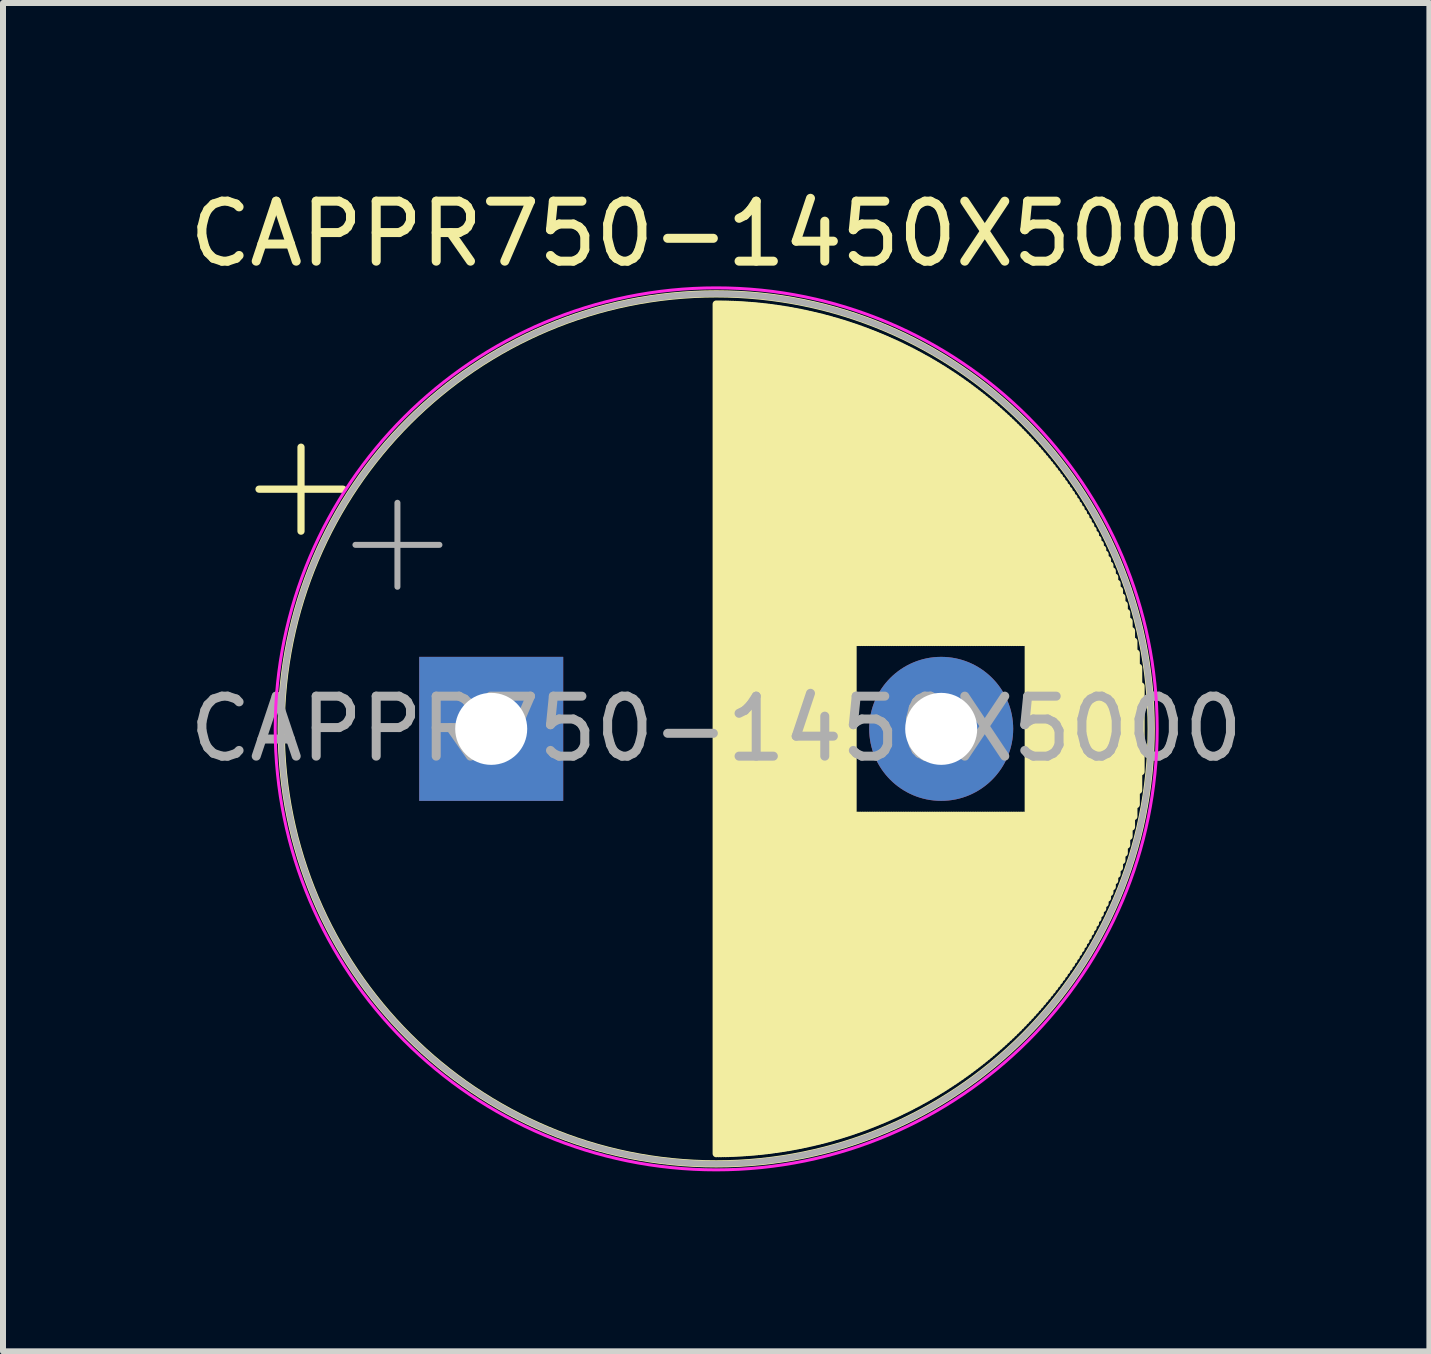
<source format=kicad_pcb>
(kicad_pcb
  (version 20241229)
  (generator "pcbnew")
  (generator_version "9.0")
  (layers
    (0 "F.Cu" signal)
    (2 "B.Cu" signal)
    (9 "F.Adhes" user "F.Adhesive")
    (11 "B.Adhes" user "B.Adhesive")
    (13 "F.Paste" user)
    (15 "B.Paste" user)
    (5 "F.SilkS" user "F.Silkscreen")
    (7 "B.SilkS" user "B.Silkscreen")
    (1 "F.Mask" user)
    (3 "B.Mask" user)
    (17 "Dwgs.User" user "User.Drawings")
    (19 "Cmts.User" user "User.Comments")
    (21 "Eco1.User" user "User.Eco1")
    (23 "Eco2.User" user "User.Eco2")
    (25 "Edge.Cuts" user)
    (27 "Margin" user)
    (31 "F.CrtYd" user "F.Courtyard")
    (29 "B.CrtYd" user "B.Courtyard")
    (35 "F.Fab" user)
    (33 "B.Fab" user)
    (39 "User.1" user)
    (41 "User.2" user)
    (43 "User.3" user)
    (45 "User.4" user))
  (footprint "CAPPR750-1450X5000"
    (layer "F.Cu")
    (at 5.137 9.098)
    (property "Reference" "CAPPR750-1450X5000" (at 3.75 -8.25 0) (layer "F.SilkS") (effects (font (size 1 1) (thickness 0.15))))
    (attr through_hole)
    (fp_line (start -3.87 -3.995) (end -2.47 -3.995) (stroke (width 0.12) (type solid)) (layer "F.SilkS"))
    (fp_line (start -3.17 -4.695) (end -3.17 -3.295) (stroke (width 0.12) (type solid)) (layer "F.SilkS"))
    (fp_line (start 3.75 -7.08) (end 3.75 7.08) (stroke (width 0.12) (type solid)) (layer "F.SilkS"))
    (fp_line (start 3.79 -7.08) (end 3.79 7.08) (stroke (width 0.12) (type solid)) (layer "F.SilkS"))
    (fp_line (start 3.83 -7.08) (end 3.83 7.08) (stroke (width 0.12) (type solid)) (layer "F.SilkS"))
    (fp_line (start 3.87 -7.079) (end 3.87 7.079) (stroke (width 0.12) (type solid)) (layer "F.SilkS"))
    (fp_line (start 3.91 -7.079) (end 3.91 7.079) (stroke (width 0.12) (type solid)) (layer "F.SilkS"))
    (fp_line (start 3.95 -7.078) (end 3.95 7.078) (stroke (width 0.12) (type solid)) (layer "F.SilkS"))
    (fp_line (start 3.99 -7.076) (end 3.99 7.076) (stroke (width 0.12) (type solid)) (layer "F.SilkS"))
    (fp_line (start 4.03 -7.075) (end 4.03 7.075) (stroke (width 0.12) (type solid)) (layer "F.SilkS"))
    (fp_line (start 4.07 -7.073) (end 4.07 7.073) (stroke (width 0.12) (type solid)) (layer "F.SilkS"))
    (fp_line (start 4.11 -7.071) (end 4.11 7.071) (stroke (width 0.12) (type solid)) (layer "F.SilkS"))
    (fp_line (start 4.15 -7.069) (end 4.15 7.069) (stroke (width 0.12) (type solid)) (layer "F.SilkS"))
    (fp_line (start 4.19 -7.067) (end 4.19 7.067) (stroke (width 0.12) (type solid)) (layer "F.SilkS"))
    (fp_line (start 4.23 -7.064) (end 4.23 7.064) (stroke (width 0.12) (type solid)) (layer "F.SilkS"))
    (fp_line (start 4.27 -7.061) (end 4.27 7.061) (stroke (width 0.12) (type solid)) (layer "F.SilkS"))
    (fp_line (start 4.31 -7.058) (end 4.31 7.058) (stroke (width 0.12) (type solid)) (layer "F.SilkS"))
    (fp_line (start 4.35 -7.055) (end 4.35 7.055) (stroke (width 0.12) (type solid)) (layer "F.SilkS"))
    (fp_line (start 4.39 -7.052) (end 4.39 7.052) (stroke (width 0.12) (type solid)) (layer "F.SilkS"))
    (fp_line (start 4.43 -7.048) (end 4.43 7.048) (stroke (width 0.12) (type solid)) (layer "F.SilkS"))
    (fp_line (start 4.471 -7.044) (end 4.471 7.044) (stroke (width 0.12) (type solid)) (layer "F.SilkS"))
    (fp_line (start 4.511 -7.04) (end 4.511 7.04) (stroke (width 0.12) (type solid)) (layer "F.SilkS"))
    (fp_line (start 4.551 -7.035) (end 4.551 7.035) (stroke (width 0.12) (type solid)) (layer "F.SilkS"))
    (fp_line (start 4.591 -7.031) (end 4.591 7.031) (stroke (width 0.12) (type solid)) (layer "F.SilkS"))
    (fp_line (start 4.631 -7.026) (end 4.631 7.026) (stroke (width 0.12) (type solid)) (layer "F.SilkS"))
    (fp_line (start 4.671 -7.021) (end 4.671 7.021) (stroke (width 0.12) (type solid)) (layer "F.SilkS"))
    (fp_line (start 4.711 -7.015) (end 4.711 7.015) (stroke (width 0.12) (type solid)) (layer "F.SilkS"))
    (fp_line (start 4.751 -7.01) (end 4.751 7.01) (stroke (width 0.12) (type solid)) (layer "F.SilkS"))
    (fp_line (start 4.791 -7.004) (end 4.791 7.004) (stroke (width 0.12) (type solid)) (layer "F.SilkS"))
    (fp_line (start 4.831 -6.998) (end 4.831 6.998) (stroke (width 0.12) (type solid)) (layer "F.SilkS"))
    (fp_line (start 4.871 -6.992) (end 4.871 6.992) (stroke (width 0.12) (type solid)) (layer "F.SilkS"))
    (fp_line (start 4.911 -6.985) (end 4.911 6.985) (stroke (width 0.12) (type solid)) (layer "F.SilkS"))
    (fp_line (start 4.951 -6.979) (end 4.951 6.979) (stroke (width 0.12) (type solid)) (layer "F.SilkS"))
    (fp_line (start 4.991 -6.972) (end 4.991 6.972) (stroke (width 0.12) (type solid)) (layer "F.SilkS"))
    (fp_line (start 5.031 -6.964) (end 5.031 6.964) (stroke (width 0.12) (type solid)) (layer "F.SilkS"))
    (fp_line (start 5.071 -6.957) (end 5.071 6.957) (stroke (width 0.12) (type solid)) (layer "F.SilkS"))
    (fp_line (start 5.111 -6.949) (end 5.111 6.949) (stroke (width 0.12) (type solid)) (layer "F.SilkS"))
    (fp_line (start 5.151 -6.942) (end 5.151 6.942) (stroke (width 0.12) (type solid)) (layer "F.SilkS"))
    (fp_line (start 5.191 -6.933) (end 5.191 6.933) (stroke (width 0.12) (type solid)) (layer "F.SilkS"))
    (fp_line (start 5.231 -6.925) (end 5.231 6.925) (stroke (width 0.12) (type solid)) (layer "F.SilkS"))
    (fp_line (start 5.271 -6.916) (end 5.271 6.916) (stroke (width 0.12) (type solid)) (layer "F.SilkS"))
    (fp_line (start 5.311 -6.907) (end 5.311 6.907) (stroke (width 0.12) (type solid)) (layer "F.SilkS"))
    (fp_line (start 5.351 -6.898) (end 5.351 6.898) (stroke (width 0.12) (type solid)) (layer "F.SilkS"))
    (fp_line (start 5.391 -6.889) (end 5.391 6.889) (stroke (width 0.12) (type solid)) (layer "F.SilkS"))
    (fp_line (start 5.431 -6.879) (end 5.431 6.879) (stroke (width 0.12) (type solid)) (layer "F.SilkS"))
    (fp_line (start 5.471 -6.87) (end 5.471 6.87) (stroke (width 0.12) (type solid)) (layer "F.SilkS"))
    (fp_line (start 5.511 -6.86) (end 5.511 6.86) (stroke (width 0.12) (type solid)) (layer "F.SilkS"))
    (fp_line (start 5.551 -6.849) (end 5.551 6.849) (stroke (width 0.12) (type solid)) (layer "F.SilkS"))
    (fp_line (start 5.591 -6.839) (end 5.591 6.839) (stroke (width 0.12) (type solid)) (layer "F.SilkS"))
    (fp_line (start 5.631 -6.828) (end 5.631 6.828) (stroke (width 0.12) (type solid)) (layer "F.SilkS"))
    (fp_line (start 5.671 -6.817) (end 5.671 6.817) (stroke (width 0.12) (type solid)) (layer "F.SilkS"))
    (fp_line (start 5.711 -6.805) (end 5.711 6.805) (stroke (width 0.12) (type solid)) (layer "F.SilkS"))
    (fp_line (start 5.751 -6.794) (end 5.751 6.794) (stroke (width 0.12) (type solid)) (layer "F.SilkS"))
    (fp_line (start 5.791 -6.782) (end 5.791 6.782) (stroke (width 0.12) (type solid)) (layer "F.SilkS"))
    (fp_line (start 5.831 -6.77) (end 5.831 6.77) (stroke (width 0.12) (type solid)) (layer "F.SilkS"))
    (fp_line (start 5.871 -6.758) (end 5.871 6.758) (stroke (width 0.12) (type solid)) (layer "F.SilkS"))
    (fp_line (start 5.911 -6.745) (end 5.911 6.745) (stroke (width 0.12) (type solid)) (layer "F.SilkS"))
    (fp_line (start 5.951 -6.732) (end 5.951 6.732) (stroke (width 0.12) (type solid)) (layer "F.SilkS"))
    (fp_line (start 5.991 -6.719) (end 5.991 6.719) (stroke (width 0.12) (type solid)) (layer "F.SilkS"))
    (fp_line (start 6.031 -6.706) (end 6.031 6.706) (stroke (width 0.12) (type solid)) (layer "F.SilkS"))
    (fp_line (start 6.071 -6.692) (end 6.071 -1.44) (stroke (width 0.12) (type solid)) (layer "F.SilkS"))
    (fp_line (start 6.071 1.44) (end 6.071 6.692) (stroke (width 0.12) (type solid)) (layer "F.SilkS"))
    (fp_line (start 6.111 -6.678) (end 6.111 -1.44) (stroke (width 0.12) (type solid)) (layer "F.SilkS"))
    (fp_line (start 6.111 1.44) (end 6.111 6.678) (stroke (width 0.12) (type solid)) (layer "F.SilkS"))
    (fp_line (start 6.151 -6.664) (end 6.151 -1.44) (stroke (width 0.12) (type solid)) (layer "F.SilkS"))
    (fp_line (start 6.151 1.44) (end 6.151 6.664) (stroke (width 0.12) (type solid)) (layer "F.SilkS"))
    (fp_line (start 6.191 -6.649) (end 6.191 -1.44) (stroke (width 0.12) (type solid)) (layer "F.SilkS"))
    (fp_line (start 6.191 1.44) (end 6.191 6.649) (stroke (width 0.12) (type solid)) (layer "F.SilkS"))
    (fp_line (start 6.231 -6.635) (end 6.231 -1.44) (stroke (width 0.12) (type solid)) (layer "F.SilkS"))
    (fp_line (start 6.231 1.44) (end 6.231 6.635) (stroke (width 0.12) (type solid)) (layer "F.SilkS"))
    (fp_line (start 6.271 -6.62) (end 6.271 -1.44) (stroke (width 0.12) (type solid)) (layer "F.SilkS"))
    (fp_line (start 6.271 1.44) (end 6.271 6.62) (stroke (width 0.12) (type solid)) (layer "F.SilkS"))
    (fp_line (start 6.311 -6.604) (end 6.311 -1.44) (stroke (width 0.12) (type solid)) (layer "F.SilkS"))
    (fp_line (start 6.311 1.44) (end 6.311 6.604) (stroke (width 0.12) (type solid)) (layer "F.SilkS"))
    (fp_line (start 6.351 -6.589) (end 6.351 -1.44) (stroke (width 0.12) (type solid)) (layer "F.SilkS"))
    (fp_line (start 6.351 1.44) (end 6.351 6.589) (stroke (width 0.12) (type solid)) (layer "F.SilkS"))
    (fp_line (start 6.391 -6.573) (end 6.391 -1.44) (stroke (width 0.12) (type solid)) (layer "F.SilkS"))
    (fp_line (start 6.391 1.44) (end 6.391 6.573) (stroke (width 0.12) (type solid)) (layer "F.SilkS"))
    (fp_line (start 6.431 -6.557) (end 6.431 -1.44) (stroke (width 0.12) (type solid)) (layer "F.SilkS"))
    (fp_line (start 6.431 1.44) (end 6.431 6.557) (stroke (width 0.12) (type solid)) (layer "F.SilkS"))
    (fp_line (start 6.471 -6.54) (end 6.471 -1.44) (stroke (width 0.12) (type solid)) (layer "F.SilkS"))
    (fp_line (start 6.471 1.44) (end 6.471 6.54) (stroke (width 0.12) (type solid)) (layer "F.SilkS"))
    (fp_line (start 6.511 -6.524) (end 6.511 -1.44) (stroke (width 0.12) (type solid)) (layer "F.SilkS"))
    (fp_line (start 6.511 1.44) (end 6.511 6.524) (stroke (width 0.12) (type solid)) (layer "F.SilkS"))
    (fp_line (start 6.551 -6.507) (end 6.551 -1.44) (stroke (width 0.12) (type solid)) (layer "F.SilkS"))
    (fp_line (start 6.551 1.44) (end 6.551 6.507) (stroke (width 0.12) (type solid)) (layer "F.SilkS"))
    (fp_line (start 6.591 -6.49) (end 6.591 -1.44) (stroke (width 0.12) (type solid)) (layer "F.SilkS"))
    (fp_line (start 6.591 1.44) (end 6.591 6.49) (stroke (width 0.12) (type solid)) (layer "F.SilkS"))
    (fp_line (start 6.631 -6.472) (end 6.631 -1.44) (stroke (width 0.12) (type solid)) (layer "F.SilkS"))
    (fp_line (start 6.631 1.44) (end 6.631 6.472) (stroke (width 0.12) (type solid)) (layer "F.SilkS"))
    (fp_line (start 6.671 -6.454) (end 6.671 -1.44) (stroke (width 0.12) (type solid)) (layer "F.SilkS"))
    (fp_line (start 6.671 1.44) (end 6.671 6.454) (stroke (width 0.12) (type solid)) (layer "F.SilkS"))
    (fp_line (start 6.711 -6.436) (end 6.711 -1.44) (stroke (width 0.12) (type solid)) (layer "F.SilkS"))
    (fp_line (start 6.711 1.44) (end 6.711 6.436) (stroke (width 0.12) (type solid)) (layer "F.SilkS"))
    (fp_line (start 6.751 -6.418) (end 6.751 -1.44) (stroke (width 0.12) (type solid)) (layer "F.SilkS"))
    (fp_line (start 6.751 1.44) (end 6.751 6.418) (stroke (width 0.12) (type solid)) (layer "F.SilkS"))
    (fp_line (start 6.791 -6.399) (end 6.791 -1.44) (stroke (width 0.12) (type solid)) (layer "F.SilkS"))
    (fp_line (start 6.791 1.44) (end 6.791 6.399) (stroke (width 0.12) (type solid)) (layer "F.SilkS"))
    (fp_line (start 6.831 -6.38) (end 6.831 -1.44) (stroke (width 0.12) (type solid)) (layer "F.SilkS"))
    (fp_line (start 6.831 1.44) (end 6.831 6.38) (stroke (width 0.12) (type solid)) (layer "F.SilkS"))
    (fp_line (start 6.871 -6.36) (end 6.871 -1.44) (stroke (width 0.12) (type solid)) (layer "F.SilkS"))
    (fp_line (start 6.871 1.44) (end 6.871 6.36) (stroke (width 0.12) (type solid)) (layer "F.SilkS"))
    (fp_line (start 6.911 -6.341) (end 6.911 -1.44) (stroke (width 0.12) (type solid)) (layer "F.SilkS"))
    (fp_line (start 6.911 1.44) (end 6.911 6.341) (stroke (width 0.12) (type solid)) (layer "F.SilkS"))
    (fp_line (start 6.951 -6.321) (end 6.951 -1.44) (stroke (width 0.12) (type solid)) (layer "F.SilkS"))
    (fp_line (start 6.951 1.44) (end 6.951 6.321) (stroke (width 0.12) (type solid)) (layer "F.SilkS"))
    (fp_line (start 6.991 -6.301) (end 6.991 -1.44) (stroke (width 0.12) (type solid)) (layer "F.SilkS"))
    (fp_line (start 6.991 1.44) (end 6.991 6.301) (stroke (width 0.12) (type solid)) (layer "F.SilkS"))
    (fp_line (start 7.031 -6.28) (end 7.031 -1.44) (stroke (width 0.12) (type solid)) (layer "F.SilkS"))
    (fp_line (start 7.031 1.44) (end 7.031 6.28) (stroke (width 0.12) (type solid)) (layer "F.SilkS"))
    (fp_line (start 7.071 -6.259) (end 7.071 -1.44) (stroke (width 0.12) (type solid)) (layer "F.SilkS"))
    (fp_line (start 7.071 1.44) (end 7.071 6.259) (stroke (width 0.12) (type solid)) (layer "F.SilkS"))
    (fp_line (start 7.111 -6.238) (end 7.111 -1.44) (stroke (width 0.12) (type solid)) (layer "F.SilkS"))
    (fp_line (start 7.111 1.44) (end 7.111 6.238) (stroke (width 0.12) (type solid)) (layer "F.SilkS"))
    (fp_line (start 7.151 -6.216) (end 7.151 -1.44) (stroke (width 0.12) (type solid)) (layer "F.SilkS"))
    (fp_line (start 7.151 1.44) (end 7.151 6.216) (stroke (width 0.12) (type solid)) (layer "F.SilkS"))
    (fp_line (start 7.191 -6.194) (end 7.191 -1.44) (stroke (width 0.12) (type solid)) (layer "F.SilkS"))
    (fp_line (start 7.191 1.44) (end 7.191 6.194) (stroke (width 0.12) (type solid)) (layer "F.SilkS"))
    (fp_line (start 7.231 -6.172) (end 7.231 -1.44) (stroke (width 0.12) (type solid)) (layer "F.SilkS"))
    (fp_line (start 7.231 1.44) (end 7.231 6.172) (stroke (width 0.12) (type solid)) (layer "F.SilkS"))
    (fp_line (start 7.271 -6.15) (end 7.271 -1.44) (stroke (width 0.12) (type solid)) (layer "F.SilkS"))
    (fp_line (start 7.271 1.44) (end 7.271 6.15) (stroke (width 0.12) (type solid)) (layer "F.SilkS"))
    (fp_line (start 7.311 -6.127) (end 7.311 -1.44) (stroke (width 0.12) (type solid)) (layer "F.SilkS"))
    (fp_line (start 7.311 1.44) (end 7.311 6.127) (stroke (width 0.12) (type solid)) (layer "F.SilkS"))
    (fp_line (start 7.351 -6.103) (end 7.351 -1.44) (stroke (width 0.12) (type solid)) (layer "F.SilkS"))
    (fp_line (start 7.351 1.44) (end 7.351 6.103) (stroke (width 0.12) (type solid)) (layer "F.SilkS"))
    (fp_line (start 7.391 -6.08) (end 7.391 -1.44) (stroke (width 0.12) (type solid)) (layer "F.SilkS"))
    (fp_line (start 7.391 1.44) (end 7.391 6.08) (stroke (width 0.12) (type solid)) (layer "F.SilkS"))
    (fp_line (start 7.431 -6.056) (end 7.431 -1.44) (stroke (width 0.12) (type solid)) (layer "F.SilkS"))
    (fp_line (start 7.431 1.44) (end 7.431 6.056) (stroke (width 0.12) (type solid)) (layer "F.SilkS"))
    (fp_line (start 7.471 -6.031) (end 7.471 -1.44) (stroke (width 0.12) (type solid)) (layer "F.SilkS"))
    (fp_line (start 7.471 1.44) (end 7.471 6.031) (stroke (width 0.12) (type solid)) (layer "F.SilkS"))
    (fp_line (start 7.511 -6.007) (end 7.511 -1.44) (stroke (width 0.12) (type solid)) (layer "F.SilkS"))
    (fp_line (start 7.511 1.44) (end 7.511 6.007) (stroke (width 0.12) (type solid)) (layer "F.SilkS"))
    (fp_line (start 7.551 -5.982) (end 7.551 -1.44) (stroke (width 0.12) (type solid)) (layer "F.SilkS"))
    (fp_line (start 7.551 1.44) (end 7.551 5.982) (stroke (width 0.12) (type solid)) (layer "F.SilkS"))
    (fp_line (start 7.591 -5.956) (end 7.591 -1.44) (stroke (width 0.12) (type solid)) (layer "F.SilkS"))
    (fp_line (start 7.591 1.44) (end 7.591 5.956) (stroke (width 0.12) (type solid)) (layer "F.SilkS"))
    (fp_line (start 7.631 -5.93) (end 7.631 -1.44) (stroke (width 0.12) (type solid)) (layer "F.SilkS"))
    (fp_line (start 7.631 1.44) (end 7.631 5.93) (stroke (width 0.12) (type solid)) (layer "F.SilkS"))
    (fp_line (start 7.671 -5.904) (end 7.671 -1.44) (stroke (width 0.12) (type solid)) (layer "F.SilkS"))
    (fp_line (start 7.671 1.44) (end 7.671 5.904) (stroke (width 0.12) (type solid)) (layer "F.SilkS"))
    (fp_line (start 7.711 -5.878) (end 7.711 -1.44) (stroke (width 0.12) (type solid)) (layer "F.SilkS"))
    (fp_line (start 7.711 1.44) (end 7.711 5.878) (stroke (width 0.12) (type solid)) (layer "F.SilkS"))
    (fp_line (start 7.751 -5.851) (end 7.751 -1.44) (stroke (width 0.12) (type solid)) (layer "F.SilkS"))
    (fp_line (start 7.751 1.44) (end 7.751 5.851) (stroke (width 0.12) (type solid)) (layer "F.SilkS"))
    (fp_line (start 7.791 -5.823) (end 7.791 -1.44) (stroke (width 0.12) (type solid)) (layer "F.SilkS"))
    (fp_line (start 7.791 1.44) (end 7.791 5.823) (stroke (width 0.12) (type solid)) (layer "F.SilkS"))
    (fp_line (start 7.831 -5.796) (end 7.831 -1.44) (stroke (width 0.12) (type solid)) (layer "F.SilkS"))
    (fp_line (start 7.831 1.44) (end 7.831 5.796) (stroke (width 0.12) (type solid)) (layer "F.SilkS"))
    (fp_line (start 7.871 -5.767) (end 7.871 -1.44) (stroke (width 0.12) (type solid)) (layer "F.SilkS"))
    (fp_line (start 7.871 1.44) (end 7.871 5.767) (stroke (width 0.12) (type solid)) (layer "F.SilkS"))
    (fp_line (start 7.911 -5.739) (end 7.911 -1.44) (stroke (width 0.12) (type solid)) (layer "F.SilkS"))
    (fp_line (start 7.911 1.44) (end 7.911 5.739) (stroke (width 0.12) (type solid)) (layer "F.SilkS"))
    (fp_line (start 7.951 -5.71) (end 7.951 -1.44) (stroke (width 0.12) (type solid)) (layer "F.SilkS"))
    (fp_line (start 7.951 1.44) (end 7.951 5.71) (stroke (width 0.12) (type solid)) (layer "F.SilkS"))
    (fp_line (start 7.991 -5.68) (end 7.991 -1.44) (stroke (width 0.12) (type solid)) (layer "F.SilkS"))
    (fp_line (start 7.991 1.44) (end 7.991 5.68) (stroke (width 0.12) (type solid)) (layer "F.SilkS"))
    (fp_line (start 8.031 -5.65) (end 8.031 -1.44) (stroke (width 0.12) (type solid)) (layer "F.SilkS"))
    (fp_line (start 8.031 1.44) (end 8.031 5.65) (stroke (width 0.12) (type solid)) (layer "F.SilkS"))
    (fp_line (start 8.071 -5.62) (end 8.071 -1.44) (stroke (width 0.12) (type solid)) (layer "F.SilkS"))
    (fp_line (start 8.071 1.44) (end 8.071 5.62) (stroke (width 0.12) (type solid)) (layer "F.SilkS"))
    (fp_line (start 8.111 -5.589) (end 8.111 -1.44) (stroke (width 0.12) (type solid)) (layer "F.SilkS"))
    (fp_line (start 8.111 1.44) (end 8.111 5.589) (stroke (width 0.12) (type solid)) (layer "F.SilkS"))
    (fp_line (start 8.151 -5.558) (end 8.151 -1.44) (stroke (width 0.12) (type solid)) (layer "F.SilkS"))
    (fp_line (start 8.151 1.44) (end 8.151 5.558) (stroke (width 0.12) (type solid)) (layer "F.SilkS"))
    (fp_line (start 8.191 -5.527) (end 8.191 -1.44) (stroke (width 0.12) (type solid)) (layer "F.SilkS"))
    (fp_line (start 8.191 1.44) (end 8.191 5.527) (stroke (width 0.12) (type solid)) (layer "F.SilkS"))
    (fp_line (start 8.231 -5.494) (end 8.231 -1.44) (stroke (width 0.12) (type solid)) (layer "F.SilkS"))
    (fp_line (start 8.231 1.44) (end 8.231 5.494) (stroke (width 0.12) (type solid)) (layer "F.SilkS"))
    (fp_line (start 8.271 -5.462) (end 8.271 -1.44) (stroke (width 0.12) (type solid)) (layer "F.SilkS"))
    (fp_line (start 8.271 1.44) (end 8.271 5.462) (stroke (width 0.12) (type solid)) (layer "F.SilkS"))
    (fp_line (start 8.311 -5.429) (end 8.311 -1.44) (stroke (width 0.12) (type solid)) (layer "F.SilkS"))
    (fp_line (start 8.311 1.44) (end 8.311 5.429) (stroke (width 0.12) (type solid)) (layer "F.SilkS"))
    (fp_line (start 8.351 -5.395) (end 8.351 -1.44) (stroke (width 0.12) (type solid)) (layer "F.SilkS"))
    (fp_line (start 8.351 1.44) (end 8.351 5.395) (stroke (width 0.12) (type solid)) (layer "F.SilkS"))
    (fp_line (start 8.391 -5.361) (end 8.391 -1.44) (stroke (width 0.12) (type solid)) (layer "F.SilkS"))
    (fp_line (start 8.391 1.44) (end 8.391 5.361) (stroke (width 0.12) (type solid)) (layer "F.SilkS"))
    (fp_line (start 8.431 -5.326) (end 8.431 -1.44) (stroke (width 0.12) (type solid)) (layer "F.SilkS"))
    (fp_line (start 8.431 1.44) (end 8.431 5.326) (stroke (width 0.12) (type solid)) (layer "F.SilkS"))
    (fp_line (start 8.471 -5.291) (end 8.471 -1.44) (stroke (width 0.12) (type solid)) (layer "F.SilkS"))
    (fp_line (start 8.471 1.44) (end 8.471 5.291) (stroke (width 0.12) (type solid)) (layer "F.SilkS"))
    (fp_line (start 8.511 -5.255) (end 8.511 -1.44) (stroke (width 0.12) (type solid)) (layer "F.SilkS"))
    (fp_line (start 8.511 1.44) (end 8.511 5.255) (stroke (width 0.12) (type solid)) (layer "F.SilkS"))
    (fp_line (start 8.551 -5.219) (end 8.551 -1.44) (stroke (width 0.12) (type solid)) (layer "F.SilkS"))
    (fp_line (start 8.551 1.44) (end 8.551 5.219) (stroke (width 0.12) (type solid)) (layer "F.SilkS"))
    (fp_line (start 8.591 -5.182) (end 8.591 -1.44) (stroke (width 0.12) (type solid)) (layer "F.SilkS"))
    (fp_line (start 8.591 1.44) (end 8.591 5.182) (stroke (width 0.12) (type solid)) (layer "F.SilkS"))
    (fp_line (start 8.631 -5.145) (end 8.631 -1.44) (stroke (width 0.12) (type solid)) (layer "F.SilkS"))
    (fp_line (start 8.631 1.44) (end 8.631 5.145) (stroke (width 0.12) (type solid)) (layer "F.SilkS"))
    (fp_line (start 8.671 -5.107) (end 8.671 -1.44) (stroke (width 0.12) (type solid)) (layer "F.SilkS"))
    (fp_line (start 8.671 1.44) (end 8.671 5.107) (stroke (width 0.12) (type solid)) (layer "F.SilkS"))
    (fp_line (start 8.711 -5.069) (end 8.711 -1.44) (stroke (width 0.12) (type solid)) (layer "F.SilkS"))
    (fp_line (start 8.711 1.44) (end 8.711 5.069) (stroke (width 0.12) (type solid)) (layer "F.SilkS"))
    (fp_line (start 8.751 -5.029) (end 8.751 -1.44) (stroke (width 0.12) (type solid)) (layer "F.SilkS"))
    (fp_line (start 8.751 1.44) (end 8.751 5.029) (stroke (width 0.12) (type solid)) (layer "F.SilkS"))
    (fp_line (start 8.791 -4.99) (end 8.791 -1.44) (stroke (width 0.12) (type solid)) (layer "F.SilkS"))
    (fp_line (start 8.791 1.44) (end 8.791 4.99) (stroke (width 0.12) (type solid)) (layer "F.SilkS"))
    (fp_line (start 8.831 -4.949) (end 8.831 -1.44) (stroke (width 0.12) (type solid)) (layer "F.SilkS"))
    (fp_line (start 8.831 1.44) (end 8.831 4.949) (stroke (width 0.12) (type solid)) (layer "F.SilkS"))
    (fp_line (start 8.871 -4.908) (end 8.871 -1.44) (stroke (width 0.12) (type solid)) (layer "F.SilkS"))
    (fp_line (start 8.871 1.44) (end 8.871 4.908) (stroke (width 0.12) (type solid)) (layer "F.SilkS"))
    (fp_line (start 8.911 -4.866) (end 8.911 -1.44) (stroke (width 0.12) (type solid)) (layer "F.SilkS"))
    (fp_line (start 8.911 1.44) (end 8.911 4.866) (stroke (width 0.12) (type solid)) (layer "F.SilkS"))
    (fp_line (start 8.951 -4.824) (end 8.951 4.824) (stroke (width 0.12) (type solid)) (layer "F.SilkS"))
    (fp_line (start 8.991 -4.781) (end 8.991 4.781) (stroke (width 0.12) (type solid)) (layer "F.SilkS"))
    (fp_line (start 9.031 -4.737) (end 9.031 4.737) (stroke (width 0.12) (type solid)) (layer "F.SilkS"))
    (fp_line (start 9.071 -4.693) (end 9.071 4.693) (stroke (width 0.12) (type solid)) (layer "F.SilkS"))
    (fp_line (start 9.111 -4.647) (end 9.111 4.647) (stroke (width 0.12) (type solid)) (layer "F.SilkS"))
    (fp_line (start 9.151 -4.601) (end 9.151 4.601) (stroke (width 0.12) (type solid)) (layer "F.SilkS"))
    (fp_line (start 9.191 -4.554) (end 9.191 4.554) (stroke (width 0.12) (type solid)) (layer "F.SilkS"))
    (fp_line (start 9.231 -4.506) (end 9.231 4.506) (stroke (width 0.12) (type solid)) (layer "F.SilkS"))
    (fp_line (start 9.271 -4.458) (end 9.271 4.458) (stroke (width 0.12) (type solid)) (layer "F.SilkS"))
    (fp_line (start 9.311 -4.408) (end 9.311 4.408) (stroke (width 0.12) (type solid)) (layer "F.SilkS"))
    (fp_line (start 9.351 -4.358) (end 9.351 4.358) (stroke (width 0.12) (type solid)) (layer "F.SilkS"))
    (fp_line (start 9.391 -4.306) (end 9.391 4.306) (stroke (width 0.12) (type solid)) (layer "F.SilkS"))
    (fp_line (start 9.431 -4.254) (end 9.431 4.254) (stroke (width 0.12) (type solid)) (layer "F.SilkS"))
    (fp_line (start 9.471 -4.2) (end 9.471 4.2) (stroke (width 0.12) (type solid)) (layer "F.SilkS"))
    (fp_line (start 9.511 -4.146) (end 9.511 4.146) (stroke (width 0.12) (type solid)) (layer "F.SilkS"))
    (fp_line (start 9.551 -4.09) (end 9.551 4.09) (stroke (width 0.12) (type solid)) (layer "F.SilkS"))
    (fp_line (start 9.591 -4.033) (end 9.591 4.033) (stroke (width 0.12) (type solid)) (layer "F.SilkS"))
    (fp_line (start 9.631 -3.975) (end 9.631 3.975) (stroke (width 0.12) (type solid)) (layer "F.SilkS"))
    (fp_line (start 9.671 -3.916) (end 9.671 3.916) (stroke (width 0.12) (type solid)) (layer "F.SilkS"))
    (fp_line (start 9.711 -3.856) (end 9.711 3.856) (stroke (width 0.12) (type solid)) (layer "F.SilkS"))
    (fp_line (start 9.751 -3.794) (end 9.751 3.794) (stroke (width 0.12) (type solid)) (layer "F.SilkS"))
    (fp_line (start 9.791 -3.73) (end 9.791 3.73) (stroke (width 0.12) (type solid)) (layer "F.SilkS"))
    (fp_line (start 9.831 -3.666) (end 9.831 3.666) (stroke (width 0.12) (type solid)) (layer "F.SilkS"))
    (fp_line (start 9.871 -3.599) (end 9.871 3.599) (stroke (width 0.12) (type solid)) (layer "F.SilkS"))
    (fp_line (start 9.911 -3.531) (end 9.911 3.531) (stroke (width 0.12) (type solid)) (layer "F.SilkS"))
    (fp_line (start 9.951 -3.461) (end 9.951 3.461) (stroke (width 0.12) (type solid)) (layer "F.SilkS"))
    (fp_line (start 9.991 -3.389) (end 9.991 3.389) (stroke (width 0.12) (type solid)) (layer "F.SilkS"))
    (fp_line (start 10.031 -3.315) (end 10.031 3.315) (stroke (width 0.12) (type solid)) (layer "F.SilkS"))
    (fp_line (start 10.071 -3.24) (end 10.071 3.24) (stroke (width 0.12) (type solid)) (layer "F.SilkS"))
    (fp_line (start 10.111 -3.161) (end 10.111 3.161) (stroke (width 0.12) (type solid)) (layer "F.SilkS"))
    (fp_line (start 10.151 -3.08) (end 10.151 3.08) (stroke (width 0.12) (type solid)) (layer "F.SilkS"))
    (fp_line (start 10.191 -2.997) (end 10.191 2.997) (stroke (width 0.12) (type solid)) (layer "F.SilkS"))
    (fp_line (start 10.231 -2.911) (end 10.231 2.911) (stroke (width 0.12) (type solid)) (layer "F.SilkS"))
    (fp_line (start 10.271 -2.821) (end 10.271 2.821) (stroke (width 0.12) (type solid)) (layer "F.SilkS"))
    (fp_line (start 10.311 -2.728) (end 10.311 2.728) (stroke (width 0.12) (type solid)) (layer "F.SilkS"))
    (fp_line (start 10.351 -2.632) (end 10.351 2.632) (stroke (width 0.12) (type solid)) (layer "F.SilkS"))
    (fp_line (start 10.391 -2.53) (end 10.391 2.53) (stroke (width 0.12) (type solid)) (layer "F.SilkS"))
    (fp_line (start 10.431 -2.425) (end 10.431 2.425) (stroke (width 0.12) (type solid)) (layer "F.SilkS"))
    (fp_line (start 10.471 -2.313) (end 10.471 2.313) (stroke (width 0.12) (type solid)) (layer "F.SilkS"))
    (fp_line (start 10.511 -2.196) (end 10.511 2.196) (stroke (width 0.12) (type solid)) (layer "F.SilkS"))
    (fp_line (start 10.551 -2.071) (end 10.551 2.071) (stroke (width 0.12) (type solid)) (layer "F.SilkS"))
    (fp_line (start 10.591 -1.938) (end 10.591 1.938) (stroke (width 0.12) (type solid)) (layer "F.SilkS"))
    (fp_line (start 10.631 -1.794) (end 10.631 1.794) (stroke (width 0.12) (type solid)) (layer "F.SilkS"))
    (fp_line (start 10.671 -1.636) (end 10.671 1.636) (stroke (width 0.12) (type solid)) (layer "F.SilkS"))
    (fp_line (start 10.711 -1.461) (end 10.711 1.461) (stroke (width 0.12) (type solid)) (layer "F.SilkS"))
    (fp_line (start 10.751 -1.262) (end 10.751 1.262) (stroke (width 0.12) (type solid)) (layer "F.SilkS"))
    (fp_line (start 10.791 -1.025) (end 10.791 1.025) (stroke (width 0.12) (type solid)) (layer "F.SilkS"))
    (fp_line (start 10.831 -0.714) (end 10.831 0.714) (stroke (width 0.12) (type solid)) (layer "F.SilkS"))
    (fp_circle (center 3.75 0) (end 11 0) (stroke (width 0.12) (type solid)) (fill no) (layer "F.SilkS"))
    (fp_circle (center 3.75 0) (end 11.1 0) (stroke (width 0.05) (type solid)) (fill no) (layer "F.CrtYd"))
    (fp_line (start -2.263 -3.067) (end -0.863 -3.067) (stroke (width 0.1) (type solid)) (layer "F.Fab"))
    (fp_line (start -1.563 -3.768) (end -1.563 -2.368) (stroke (width 0.1) (type solid)) (layer "F.Fab"))
    (fp_circle (center 3.75 0) (end 11 0) (stroke (width 0.1) (type solid)) (fill no) (layer "F.Fab"))
    (fp_text user "${REFERENCE}" (at 3.75 0 0) (layer "F.Fab") (effects (font (size 1 1) (thickness 0.15))))
    (pad "1" thru_hole rect (at 0 0) (size 2.4 2.4) (drill 1.2) (layers "*.Cu" "*.Mask"))
    (pad "2" thru_hole circle (at 7.5 0) (size 2.4 2.4) (drill 1.2) (layers "*.Cu" "*.Mask")))
  (gr_rect
    (start -3 -3)
    (end 20.774 19.473)
    (stroke (width 0.1) (type default))
    (fill no)
    (layer "Edge.Cuts")))
</source>
